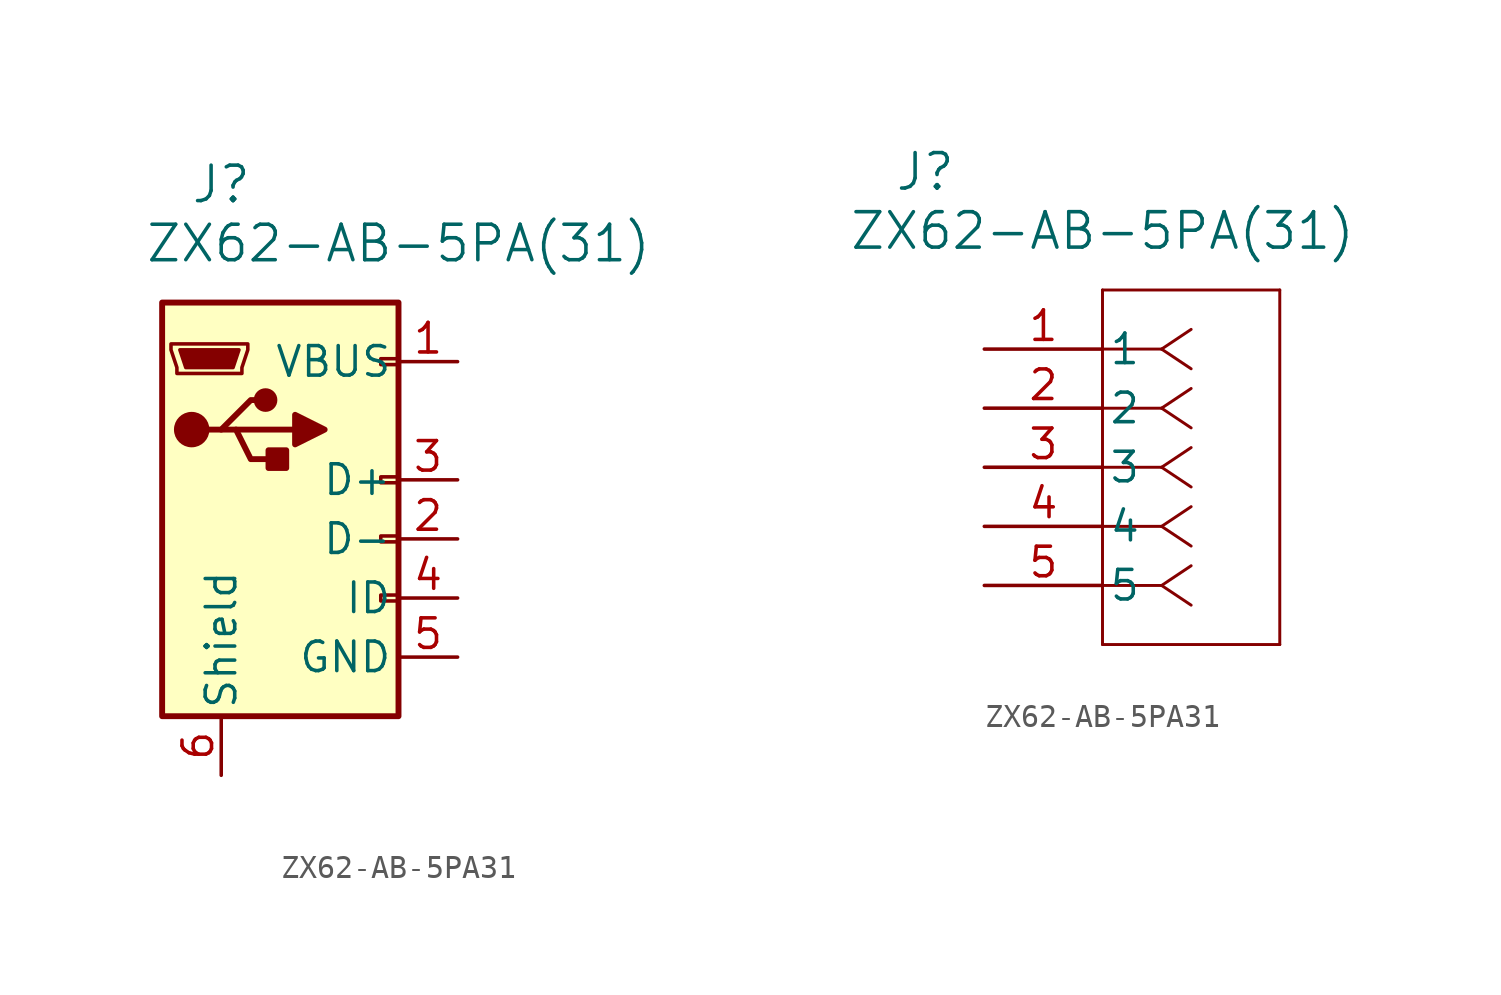
<source format=kicad_sym>
(kicad_symbol_lib
  (version 20241209)
  (generator "kicad_symbol_editor")
  (generator_version "9.0")
  (symbol "ZX62-AB-5PA31"
    (pin_names
      (offset 0.254))
    (property "Reference" "J"
      (at -2.54 7.62 0)
      (effects (font (size 1.524 1.524))))
    (property "Value" "ZX62-AB-5PA(31)"
      (at 5.08 5.08 0)
      (effects (font (size 1.524 1.524))))
    (property "ki_locked" ""
      (at 0 0 0)
      (effects (font (size 1.27 1.27))))
    (symbol "ZX62-AB-5PA31_0_1"
      (rectangle (start -5.08 2.54) (end 5.08 -15.24) (stroke (width 0.254) (type default)) (fill (type background)))
      (polyline (pts (xy -4.699 0.762) (xy -4.699 0.508) (xy -4.445 -0.254) (xy -4.445 -0.508) (xy -1.651 -0.508) (xy -1.651 -0.254) (xy -1.397 0.508) (xy -1.397 0.762) (xy -4.699 0.762)) (stroke (width 0) (type default)) (fill (type none)))
      (polyline (pts (xy -4.318 0.508) (xy -1.778 0.508) (xy -2.032 -0.254) (xy -4.064 -0.254) (xy -4.318 0.508)) (stroke (width 0) (type default)) (fill (type outline)))
      (circle (center -3.81 -2.921) (radius 0.635) (stroke (width 0.254) (type default)) (fill (type outline)))
      (polyline (pts (xy -3.175 -2.921) (xy -2.54 -2.921) (xy -1.27 -1.651) (xy -0.635 -1.651)) (stroke (width 0.254) (type default)) (fill (type none)))
      (polyline (pts (xy -2.54 -2.921) (xy -1.905 -2.921) (xy -1.27 -4.191) (xy 0 -4.191)) (stroke (width 0.254) (type default)) (fill (type none)))
      (polyline (pts (xy -1.905 -2.921) (xy 0.635 -2.921)) (stroke (width 0.254) (type default)) (fill (type none)))
      (circle (center -0.635 -1.651) (radius 0.381) (stroke (width 0.254) (type default)) (fill (type outline)))
      (rectangle (start 0.254 -3.81) (end -0.508 -4.572) (stroke (width 0.254) (type default)) (fill (type outline)))
      (polyline (pts (xy 0.635 -2.286) (xy 0.635 -3.556) (xy 1.905 -2.921) (xy 0.635 -2.286)) (stroke (width 0.254) (type default)) (fill (type outline)))
      (rectangle (start 5.08 -0.127) (end 4.318 0.127) (stroke (width 0) (type default)) (fill (type none)))
      (rectangle (start 5.08 -5.207) (end 4.318 -4.953) (stroke (width 0) (type default)) (fill (type none)))
      (rectangle (start 5.08 -7.747) (end 4.318 -7.493) (stroke (width 0) (type default)) (fill (type none)))
      (rectangle (start 5.08 -10.287) (end 4.318 -10.033) (stroke (width 0) (type default)) (fill (type none))))
    (symbol "ZX62-AB-5PA31_1_1"
      (pin passive line (at -2.54 -17.78 90) (length 2.54) (name "Shield" (effects (font (size 1.27 1.27)))) (number "6" (effects (font (size 1.27 1.27)))))
      (pin passive line (at -2.54 -17.78 90) (length 2.54) (hide yes) (name "Shield" (effects (font (size 1.27 1.27)))) (number "7" (effects (font (size 1.27 1.27)))))
      (pin passive line (at -2.54 -17.78 90) (length 2.54) (hide yes) (name "Shield" (effects (font (size 1.27 1.27)))) (number "8" (effects (font (size 1.27 1.27)))))
      (pin passive line (at -2.54 -17.78 90) (length 2.54) (hide yes) (name "Shield" (effects (font (size 1.27 1.27)))) (number "9" (effects (font (size 1.27 1.27)))))
      (pin passive line (at 7.62 0 180) (length 2.54) (name "VBUS" (effects (font (size 1.27 1.27)))) (number "1" (effects (font (size 1.27 1.27)))))
      (pin passive line (at 7.62 -5.08 180) (length 2.54) (name "D+" (effects (font (size 1.27 1.27)))) (number "3" (effects (font (size 1.27 1.27)))))
      (pin passive line (at 7.62 -7.62 180) (length 2.54) (name "D-" (effects (font (size 1.27 1.27)))) (number "2" (effects (font (size 1.27 1.27)))))
      (pin passive line (at 7.62 -10.16 180) (length 2.54) (name "ID" (effects (font (size 1.27 1.27)))) (number "4" (effects (font (size 1.27 1.27)))))
      (pin passive line (at 7.62 -12.7 180) (length 2.54) (name "GND" (effects (font (size 1.27 1.27)))) (number "5" (effects (font (size 1.27 1.27))))))
    (symbol "ZX62-AB-5PA31_1_2"
      (polyline (pts (xy 5.08 2.54) (xy 5.08 -12.7)) (stroke (width 0.127) (type default)) (fill (type none)))
      (polyline (pts (xy 5.08 -12.7) (xy 12.7 -12.7)) (stroke (width 0.127) (type default)) (fill (type none)))
      (polyline (pts (xy 7.62 0) (xy 5.08 0)) (stroke (width 0.127) (type default)) (fill (type none)))
      (polyline (pts (xy 7.62 0) (xy 8.89 0.847)) (stroke (width 0.127) (type default)) (fill (type none)))
      (polyline (pts (xy 7.62 0) (xy 8.89 -0.847)) (stroke (width 0.127) (type default)) (fill (type none)))
      (polyline (pts (xy 7.62 -2.54) (xy 5.08 -2.54)) (stroke (width 0.127) (type default)) (fill (type none)))
      (polyline (pts (xy 7.62 -2.54) (xy 8.89 -1.693)) (stroke (width 0.127) (type default)) (fill (type none)))
      (polyline (pts (xy 7.62 -2.54) (xy 8.89 -3.387)) (stroke (width 0.127) (type default)) (fill (type none)))
      (polyline (pts (xy 7.62 -5.08) (xy 5.08 -5.08)) (stroke (width 0.127) (type default)) (fill (type none)))
      (polyline (pts (xy 7.62 -5.08) (xy 8.89 -4.233)) (stroke (width 0.127) (type default)) (fill (type none)))
      (polyline (pts (xy 7.62 -5.08) (xy 8.89 -5.927)) (stroke (width 0.127) (type default)) (fill (type none)))
      (polyline (pts (xy 7.62 -7.62) (xy 5.08 -7.62)) (stroke (width 0.127) (type default)) (fill (type none)))
      (polyline (pts (xy 7.62 -7.62) (xy 8.89 -6.773)) (stroke (width 0.127) (type default)) (fill (type none)))
      (polyline (pts (xy 7.62 -7.62) (xy 8.89 -8.467)) (stroke (width 0.127) (type default)) (fill (type none)))
      (polyline (pts (xy 7.62 -10.16) (xy 5.08 -10.16)) (stroke (width 0.127) (type default)) (fill (type none)))
      (polyline (pts (xy 7.62 -10.16) (xy 8.89 -9.313)) (stroke (width 0.127) (type default)) (fill (type none)))
      (polyline (pts (xy 7.62 -10.16) (xy 8.89 -11.007)) (stroke (width 0.127) (type default)) (fill (type none)))
      (polyline (pts (xy 12.7 2.54) (xy 5.08 2.54)) (stroke (width 0.127) (type default)) (fill (type none)))
      (polyline (pts (xy 12.7 -12.7) (xy 12.7 2.54)) (stroke (width 0.127) (type default)) (fill (type none)))
      (pin unspecified line (at 0 0 0) (length 5.08) (name "1" (effects (font (size 1.27 1.27)))) (number "1" (effects (font (size 1.27 1.27)))))
      (pin unspecified line (at 0 -2.54 0) (length 5.08) (name "2" (effects (font (size 1.27 1.27)))) (number "2" (effects (font (size 1.27 1.27)))))
      (pin unspecified line (at 0 -5.08 0) (length 5.08) (name "3" (effects (font (size 1.27 1.27)))) (number "3" (effects (font (size 1.27 1.27)))))
      (pin unspecified line (at 0 -7.62 0) (length 5.08) (name "4" (effects (font (size 1.27 1.27)))) (number "4" (effects (font (size 1.27 1.27)))))
      (pin unspecified line (at 0 -10.16 0) (length 5.08) (name "5" (effects (font (size 1.27 1.27)))) (number "5" (effects (font (size 1.27 1.27))))))))
</source>
